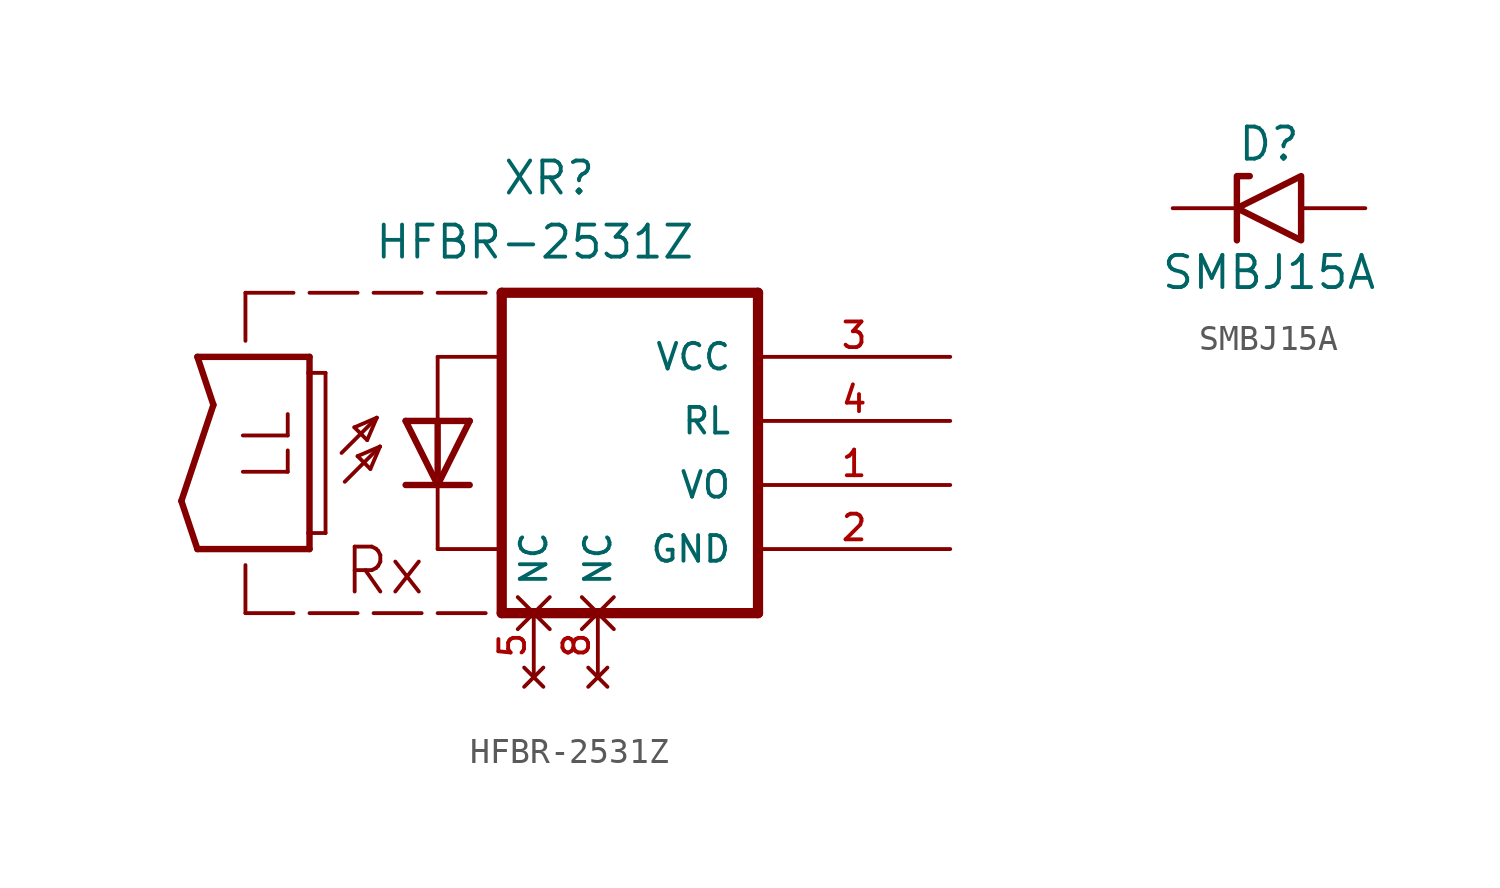
<source format=kicad_sym>
(kicad_symbol_lib
  (version 20211014)
  (generator kicad_symbol_editor)
  (symbol "HFBR-2531Z"
    (pin_names
      (offset 1.016))
    (property "Reference" "XR"
      (at 2.54 11.43 0)
      (effects (font (size 1.27 1.27)) (justify left bottom)))
    (property "Value" "HFBR-2531Z"
      (at -2.54 8.89 0)
      (effects (font (size 1.27 1.27)) (justify left bottom)))
    (symbol "HFBR-2531Z_0_0"
      (polyline (pts (xy -10.16 -0.635) (xy -8.89 3.175)) (stroke (width 0.254) (type default) (color 0 0 0 0)) (fill (type none)))
      (polyline (pts (xy -9.525 -2.54) (xy -10.16 -0.635)) (stroke (width 0.254) (type default) (color 0 0 0 0)) (fill (type none)))
      (polyline (pts (xy -9.525 5.08) (xy -5.08 5.08)) (stroke (width 0.254) (type default) (color 0 0 0 0)) (fill (type none)))
      (polyline (pts (xy -8.89 3.175) (xy -9.525 5.08)) (stroke (width 0.254) (type default) (color 0 0 0 0)) (fill (type none)))
      (polyline (pts (xy -7.62 -5.08) (xy -5.715 -5.08)) (stroke (width 0.152) (type default) (color 0 0 0 0)) (fill (type none)))
      (polyline (pts (xy -7.62 -3.175) (xy -7.62 -5.08)) (stroke (width 0.152) (type default) (color 0 0 0 0)) (fill (type none)))
      (polyline (pts (xy -7.62 5.715) (xy -7.62 7.62)) (stroke (width 0.152) (type default) (color 0 0 0 0)) (fill (type none)))
      (polyline (pts (xy -7.62 7.62) (xy -5.715 7.62)) (stroke (width 0.152) (type default) (color 0 0 0 0)) (fill (type none)))
      (polyline (pts (xy -5.08 -5.08) (xy -3.175 -5.08)) (stroke (width 0.152) (type default) (color 0 0 0 0)) (fill (type none)))
      (polyline (pts (xy -5.08 -2.54) (xy -9.525 -2.54)) (stroke (width 0.254) (type default) (color 0 0 0 0)) (fill (type none)))
      (polyline (pts (xy -5.08 -1.905) (xy -5.08 -2.54)) (stroke (width 0.254) (type default) (color 0 0 0 0)) (fill (type none)))
      (polyline (pts (xy -5.08 4.445) (xy -5.08 -1.905)) (stroke (width 0.254) (type default) (color 0 0 0 0)) (fill (type none)))
      (polyline (pts (xy -5.08 4.445) (xy -4.445 4.445)) (stroke (width 0.152) (type default) (color 0 0 0 0)) (fill (type none)))
      (polyline (pts (xy -5.08 5.08) (xy -5.08 4.445)) (stroke (width 0.254) (type default) (color 0 0 0 0)) (fill (type none)))
      (polyline (pts (xy -5.08 7.62) (xy -3.175 7.62)) (stroke (width 0.152) (type default) (color 0 0 0 0)) (fill (type none)))
      (polyline (pts (xy -4.445 -1.905) (xy -5.08 -1.905)) (stroke (width 0.152) (type default) (color 0 0 0 0)) (fill (type none)))
      (polyline (pts (xy -4.445 4.445) (xy -4.445 -1.905)) (stroke (width 0.152) (type default) (color 0 0 0 0)) (fill (type none)))
      (polyline (pts (xy -3.81 1.27) (xy -2.413 2.667)) (stroke (width 0.152) (type default) (color 0 0 0 0)) (fill (type none)))
      (polyline (pts (xy -3.683 0.127) (xy -2.286 1.524)) (stroke (width 0.152) (type default) (color 0 0 0 0)) (fill (type none)))
      (polyline (pts (xy -3.302 2.286) (xy -2.794 1.778)) (stroke (width 0.152) (type default) (color 0 0 0 0)) (fill (type none)))
      (polyline (pts (xy -3.175 1.143) (xy -2.667 0.635)) (stroke (width 0.152) (type default) (color 0 0 0 0)) (fill (type none)))
      (polyline (pts (xy -2.794 1.778) (xy -2.413 2.667)) (stroke (width 0.152) (type default) (color 0 0 0 0)) (fill (type none)))
      (polyline (pts (xy -2.667 0.635) (xy -2.286 1.524)) (stroke (width 0.152) (type default) (color 0 0 0 0)) (fill (type none)))
      (polyline (pts (xy -2.54 -5.08) (xy -0.635 -5.08)) (stroke (width 0.152) (type default) (color 0 0 0 0)) (fill (type none)))
      (polyline (pts (xy -2.54 7.62) (xy -0.635 7.62)) (stroke (width 0.152) (type default) (color 0 0 0 0)) (fill (type none)))
      (polyline (pts (xy -2.413 2.667) (xy -3.302 2.286)) (stroke (width 0.152) (type default) (color 0 0 0 0)) (fill (type none)))
      (polyline (pts (xy -2.286 1.524) (xy -3.175 1.143)) (stroke (width 0.152) (type default) (color 0 0 0 0)) (fill (type none)))
      (polyline (pts (xy 0 -5.08) (xy 1.905 -5.08)) (stroke (width 0.152) (type default) (color 0 0 0 0)) (fill (type none)))
      (polyline (pts (xy 0 -2.54) (xy 2.54 -2.54)) (stroke (width 0.152) (type default) (color 0 0 0 0)) (fill (type none)))
      (polyline (pts (xy 0 0) (xy -1.27 0)) (stroke (width 0.254) (type default) (color 0 0 0 0)) (fill (type none)))
      (polyline (pts (xy 0 0) (xy -1.27 2.54)) (stroke (width 0.254) (type default) (color 0 0 0 0)) (fill (type none)))
      (polyline (pts (xy 0 0) (xy 0 -2.54)) (stroke (width 0.152) (type default) (color 0 0 0 0)) (fill (type none)))
      (polyline (pts (xy 0 2.54) (xy -1.27 2.54)) (stroke (width 0.254) (type default) (color 0 0 0 0)) (fill (type none)))
      (polyline (pts (xy 0 2.54) (xy 0 0)) (stroke (width 0.254) (type default) (color 0 0 0 0)) (fill (type none)))
      (polyline (pts (xy 0 5.08) (xy 0 2.54)) (stroke (width 0.152) (type default) (color 0 0 0 0)) (fill (type none)))
      (polyline (pts (xy 0 5.08) (xy 2.54 5.08)) (stroke (width 0.152) (type default) (color 0 0 0 0)) (fill (type none)))
      (polyline (pts (xy 0 7.62) (xy 1.905 7.62)) (stroke (width 0.152) (type default) (color 0 0 0 0)) (fill (type none)))
      (polyline (pts (xy 1.27 0) (xy 0 0)) (stroke (width 0.254) (type default) (color 0 0 0 0)) (fill (type none)))
      (polyline (pts (xy 1.27 2.54) (xy 0 0)) (stroke (width 0.254) (type default) (color 0 0 0 0)) (fill (type none)))
      (polyline (pts (xy 1.27 2.54) (xy 0 2.54)) (stroke (width 0.254) (type default) (color 0 0 0 0)) (fill (type none)))
      (polyline (pts (xy 2.54 -5.08) (xy 12.7 -5.08)) (stroke (width 0.406) (type default) (color 0 0 0 0)) (fill (type none)))
      (polyline (pts (xy 2.54 7.62) (xy 2.54 -5.08)) (stroke (width 0.406) (type default) (color 0 0 0 0)) (fill (type none)))
      (polyline (pts (xy 12.7 -5.08) (xy 12.7 7.62)) (stroke (width 0.406) (type default) (color 0 0 0 0)) (fill (type none)))
      (polyline (pts (xy 12.7 7.62) (xy 2.54 7.62)) (stroke (width 0.406) (type default) (color 0 0 0 0)) (fill (type none)))
      (text "LL" (at -5.718 0 900) (effects (font (size 1.779 1.779)) (justify left bottom)))
      (text "Rx" (at -3.814 -4.449 0) (effects (font (size 1.78 1.78)) (justify left bottom)))
      (pin passive line (at 20.32 0 180) (length 7.62) (name "VO" (effects (font (size 1.016 1.016)))) (number "1" (effects (font (size 1.016 1.016)))))
      (pin power_in line (at 20.32 -2.54 180) (length 7.62) (name "GND" (effects (font (size 1.016 1.016)))) (number "2" (effects (font (size 1.016 1.016)))))
      (pin power_in line (at 20.32 5.08 180) (length 7.62) (name "VCC" (effects (font (size 1.016 1.016)))) (number "3" (effects (font (size 1.016 1.016)))))
      (pin passive line (at 20.32 2.54 180) (length 7.62) (name "RL" (effects (font (size 1.016 1.016)))) (number "4" (effects (font (size 1.016 1.016)))))
      (pin no_connect non_logic (at 3.81 -7.62 90) (length 2.54) (name "NC" (effects (font (size 1.016 1.016)))) (number "5" (effects (font (size 1.016 1.016)))))
      (pin no_connect non_logic (at 6.35 -7.62 90) (length 2.54) (name "NC" (effects (font (size 1.016 1.016)))) (number "8" (effects (font (size 1.016 1.016)))))))
  (symbol "SMBJ15A"
    (pin_numbers hide)
    (pin_names
      (offset 1.016) hide)
    (property "Reference" "D"
      (at 0 2.54 0)
      (effects (font (size 1.27 1.27))))
    (property "Value" "SMBJ15A"
      (at 0 -2.54 0)
      (effects (font (size 1.27 1.27))))
    (symbol "SMBJ15A_0_1"
      (polyline (pts (xy -0.762 1.27) (xy -1.27 1.27) (xy -1.27 -1.27)) (stroke (width 0.254) (type default) (color 0 0 0 0)) (fill (type none)))
      (polyline (pts (xy 1.27 1.27) (xy 1.27 -1.27) (xy -1.27 0) (xy 1.27 1.27)) (stroke (width 0.254) (type default) (color 0 0 0 0)) (fill (type none))))
    (symbol "SMBJ15A_1_1"
      (pin passive line (at -3.81 0 0) (length 2.54) (name "A1" (effects (font (size 1.27 1.27)))) (number "1" (effects (font (size 1.27 1.27)))))
      (pin passive line (at 3.81 0 180) (length 2.54) (name "A2" (effects (font (size 1.27 1.27)))) (number "2" (effects (font (size 1.27 1.27))))))))
</source>
